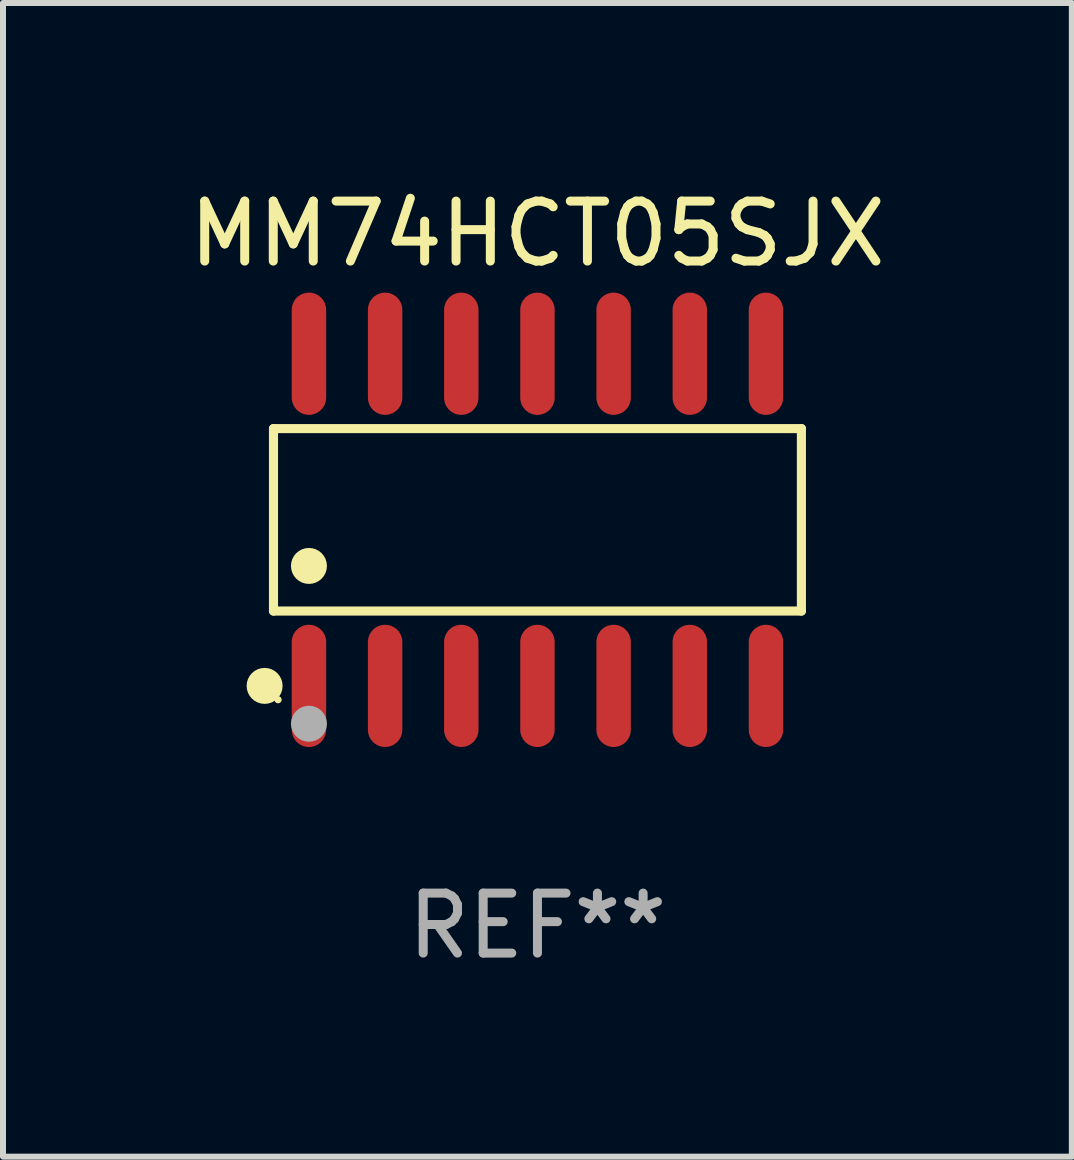
<source format=kicad_pcb>
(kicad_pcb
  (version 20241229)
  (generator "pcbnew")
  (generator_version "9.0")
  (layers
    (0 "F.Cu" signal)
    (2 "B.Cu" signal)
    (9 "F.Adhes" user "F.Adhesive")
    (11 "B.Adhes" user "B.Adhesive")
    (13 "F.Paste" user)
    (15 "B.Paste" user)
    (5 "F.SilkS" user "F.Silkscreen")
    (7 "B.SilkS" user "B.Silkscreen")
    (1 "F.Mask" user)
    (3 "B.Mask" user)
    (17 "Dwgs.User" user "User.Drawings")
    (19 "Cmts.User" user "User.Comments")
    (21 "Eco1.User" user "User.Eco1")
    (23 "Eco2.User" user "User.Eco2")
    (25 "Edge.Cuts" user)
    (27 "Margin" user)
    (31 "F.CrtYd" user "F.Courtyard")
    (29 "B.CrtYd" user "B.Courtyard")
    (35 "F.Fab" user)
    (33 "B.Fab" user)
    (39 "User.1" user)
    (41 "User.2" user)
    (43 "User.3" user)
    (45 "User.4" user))
  (footprint "MM74HCT05SJX"
    (layer "F.Cu")
    (at 5.911 5.617)
    (property "Reference" "MM74HCT05SJX" (at 0 -4.769 0) (layer "F.SilkS") (effects (font (size 1 1) (thickness 0.15))))
    (attr through_hole)
    (fp_line (start -4.401 -1.521) (end 4.401 -1.521) (stroke (width 0.152) (type solid)) (layer "F.SilkS"))
    (fp_line (start -4.401 1.521) (end -4.401 -1.521) (stroke (width 0.152) (type solid)) (layer "F.SilkS"))
    (fp_line (start 4.401 -1.521) (end 4.401 1.521) (stroke (width 0.152) (type solid)) (layer "F.SilkS"))
    (fp_line (start 4.401 1.521) (end -4.401 1.521) (stroke (width 0.152) (type solid)) (layer "F.SilkS"))
    (fp_circle (center -4.549 2.769) (end -4.399 2.769) (stroke (width 0.3) (type solid)) (fill no) (layer "F.SilkS"))
    (fp_circle (center -4.325 3) (end -4.295 3) (stroke (width 0.06) (type solid)) (fill no) (layer "F.SilkS"))
    (fp_circle (center -3.81 0.769) (end -3.66 0.769) (stroke (width 0.3) (type solid)) (fill no) (layer "F.SilkS"))
    (fp_circle (center -3.81 3.4) (end -3.66 3.4) (stroke (width 0.3) (type solid)) (fill no) (layer "F.Fab"))
    (fp_text user "REF**" (at 0 6.769 0) (layer "F.Fab") (effects (font (size 1 1) (thickness 0.15))))
    (pad "1" smd oval (at -3.81 2.769) (size 0.574 2.038) (layers "F.Cu" "F.Mask" "F.Paste"))
    (pad "2" smd oval (at -2.54 2.769) (size 0.574 2.038) (layers "F.Cu" "F.Mask" "F.Paste"))
    (pad "3" smd oval (at -1.27 2.769) (size 0.574 2.038) (layers "F.Cu" "F.Mask" "F.Paste"))
    (pad "4" smd oval (at 0 2.769) (size 0.574 2.038) (layers "F.Cu" "F.Mask" "F.Paste"))
    (pad "5" smd oval (at 1.27 2.769) (size 0.574 2.038) (layers "F.Cu" "F.Mask" "F.Paste"))
    (pad "6" smd oval (at 2.54 2.769) (size 0.574 2.038) (layers "F.Cu" "F.Mask" "F.Paste"))
    (pad "7" smd oval (at 3.81 2.769) (size 0.574 2.038) (layers "F.Cu" "F.Mask" "F.Paste"))
    (pad "8" smd oval (at 3.81 -2.769) (size 0.574 2.038) (layers "F.Cu" "F.Mask" "F.Paste"))
    (pad "9" smd oval (at 2.54 -2.769) (size 0.574 2.038) (layers "F.Cu" "F.Mask" "F.Paste"))
    (pad "10" smd oval (at 1.27 -2.769) (size 0.574 2.038) (layers "F.Cu" "F.Mask" "F.Paste"))
    (pad "11" smd oval (at 0 -2.769) (size 0.574 2.038) (layers "F.Cu" "F.Mask" "F.Paste"))
    (pad "12" smd oval (at -1.27 -2.769) (size 0.574 2.038) (layers "F.Cu" "F.Mask" "F.Paste"))
    (pad "13" smd oval (at -2.54 -2.769) (size 0.574 2.038) (layers "F.Cu" "F.Mask" "F.Paste"))
    (pad "14" smd oval (at -3.81 -2.769) (size 0.574 2.038) (layers "F.Cu" "F.Mask" "F.Paste")))
  (gr_rect
    (start -3 -3)
    (end 14.821 16.235)
    (stroke (width 0.1) (type default))
    (fill no)
    (layer "Edge.Cuts")))
</source>
